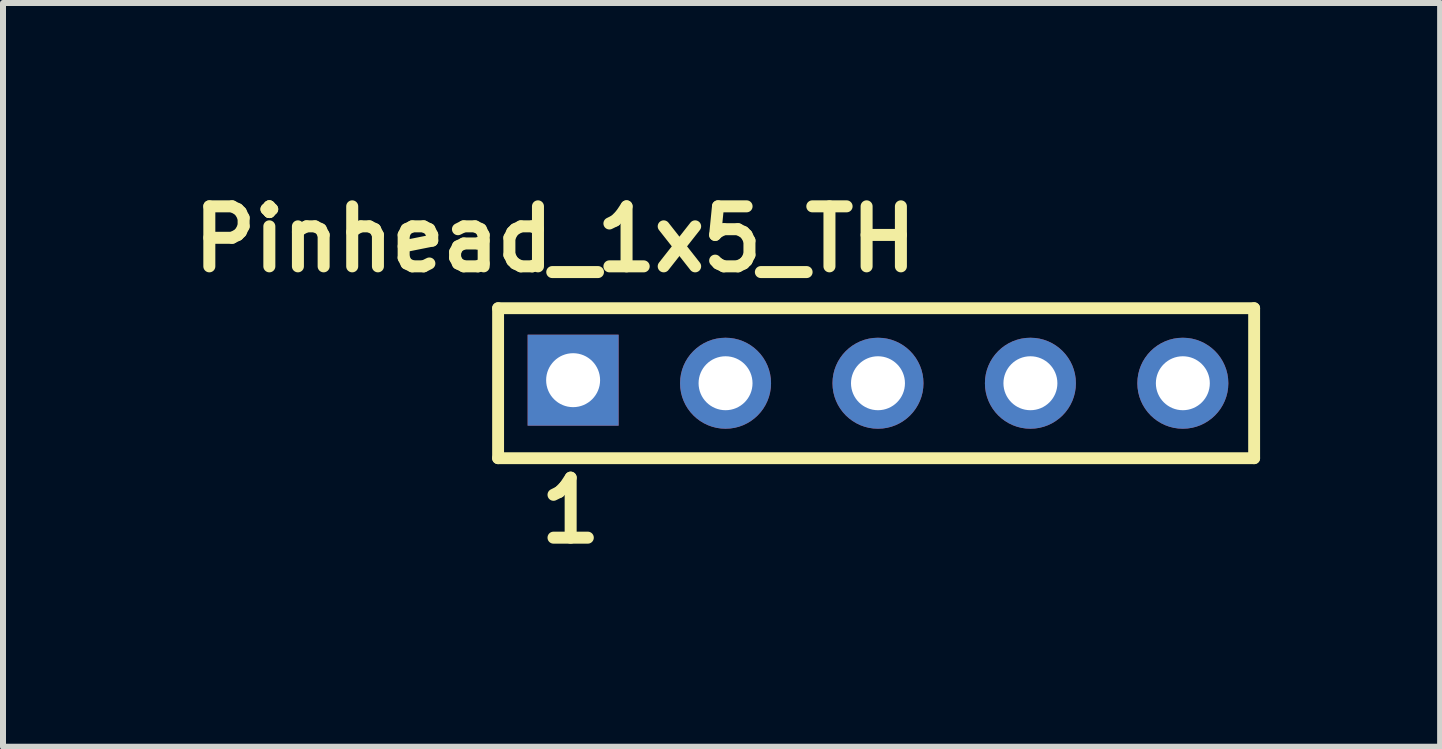
<source format=kicad_pcb>
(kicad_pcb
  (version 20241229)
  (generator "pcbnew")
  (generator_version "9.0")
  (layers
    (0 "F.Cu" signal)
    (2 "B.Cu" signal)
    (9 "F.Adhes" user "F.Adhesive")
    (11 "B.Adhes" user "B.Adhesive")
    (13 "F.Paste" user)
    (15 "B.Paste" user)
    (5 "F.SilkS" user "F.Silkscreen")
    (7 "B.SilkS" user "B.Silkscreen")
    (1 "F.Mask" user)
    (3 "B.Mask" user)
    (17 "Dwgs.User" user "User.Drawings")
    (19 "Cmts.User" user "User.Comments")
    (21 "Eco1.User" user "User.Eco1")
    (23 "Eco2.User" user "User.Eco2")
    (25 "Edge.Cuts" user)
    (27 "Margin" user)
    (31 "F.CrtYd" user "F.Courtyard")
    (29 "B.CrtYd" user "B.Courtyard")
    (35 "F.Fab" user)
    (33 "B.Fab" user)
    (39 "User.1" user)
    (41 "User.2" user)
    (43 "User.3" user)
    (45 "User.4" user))
  (footprint "Pinhead_1x5_TH"
    (layer "F.Cu")
    (at 5.25 2.086)
    (property "Reference" "Pinhead_1x5_TH" (at 0.95 -1.15 0) (layer "F.SilkS") (effects (font (size 1 1) (thickness 0.2))))
    (attr through_hole)
    (fp_line (start 0 0) (end 0 2.499) (stroke (width 0.198) (type solid)) (layer "F.SilkS"))
    (fp_line (start 0 0) (end 12.598 0) (stroke (width 0.198) (type solid)) (layer "F.SilkS"))
    (fp_line (start 0 2.499) (end 12.598 2.499) (stroke (width 0.198) (type solid)) (layer "F.SilkS"))
    (fp_line (start 12.598 0) (end 12.598 2.499) (stroke (width 0.198) (type solid)) (layer "F.SilkS"))
    (fp_text user "1" (at 1.209 3.371 0) (layer "F.SilkS") (effects (font (size 1 1) (thickness 0.2))))
    (pad "1" thru_hole rect (at 1.25 1.199) (size 1.516 1.516) (drill 0.899) (layers "*.Cu" "*.Paste" "*.Mask"))
    (pad "2" thru_hole circle (at 3.79 1.25) (size 1.516 1.516) (drill 0.899) (layers "*.Cu" "*.Paste" "*.Mask"))
    (pad "3" thru_hole circle (at 6.33 1.25) (size 1.516 1.516) (drill 0.899) (layers "*.Cu" "*.Paste" "*.Mask"))
    (pad "4" thru_hole circle (at 8.87 1.25) (size 1.516 1.516) (drill 0.899) (layers "*.Cu" "*.Paste" "*.Mask"))
    (pad "5" thru_hole circle (at 11.41 1.25) (size 1.516 1.516) (drill 0.899) (layers "*.Cu" "*.Paste" "*.Mask")))
  (gr_rect
    (start -3 -3)
    (end 20.947 9.393)
    (stroke (width 0.1) (type default))
    (fill no)
    (layer "Edge.Cuts")))
</source>
